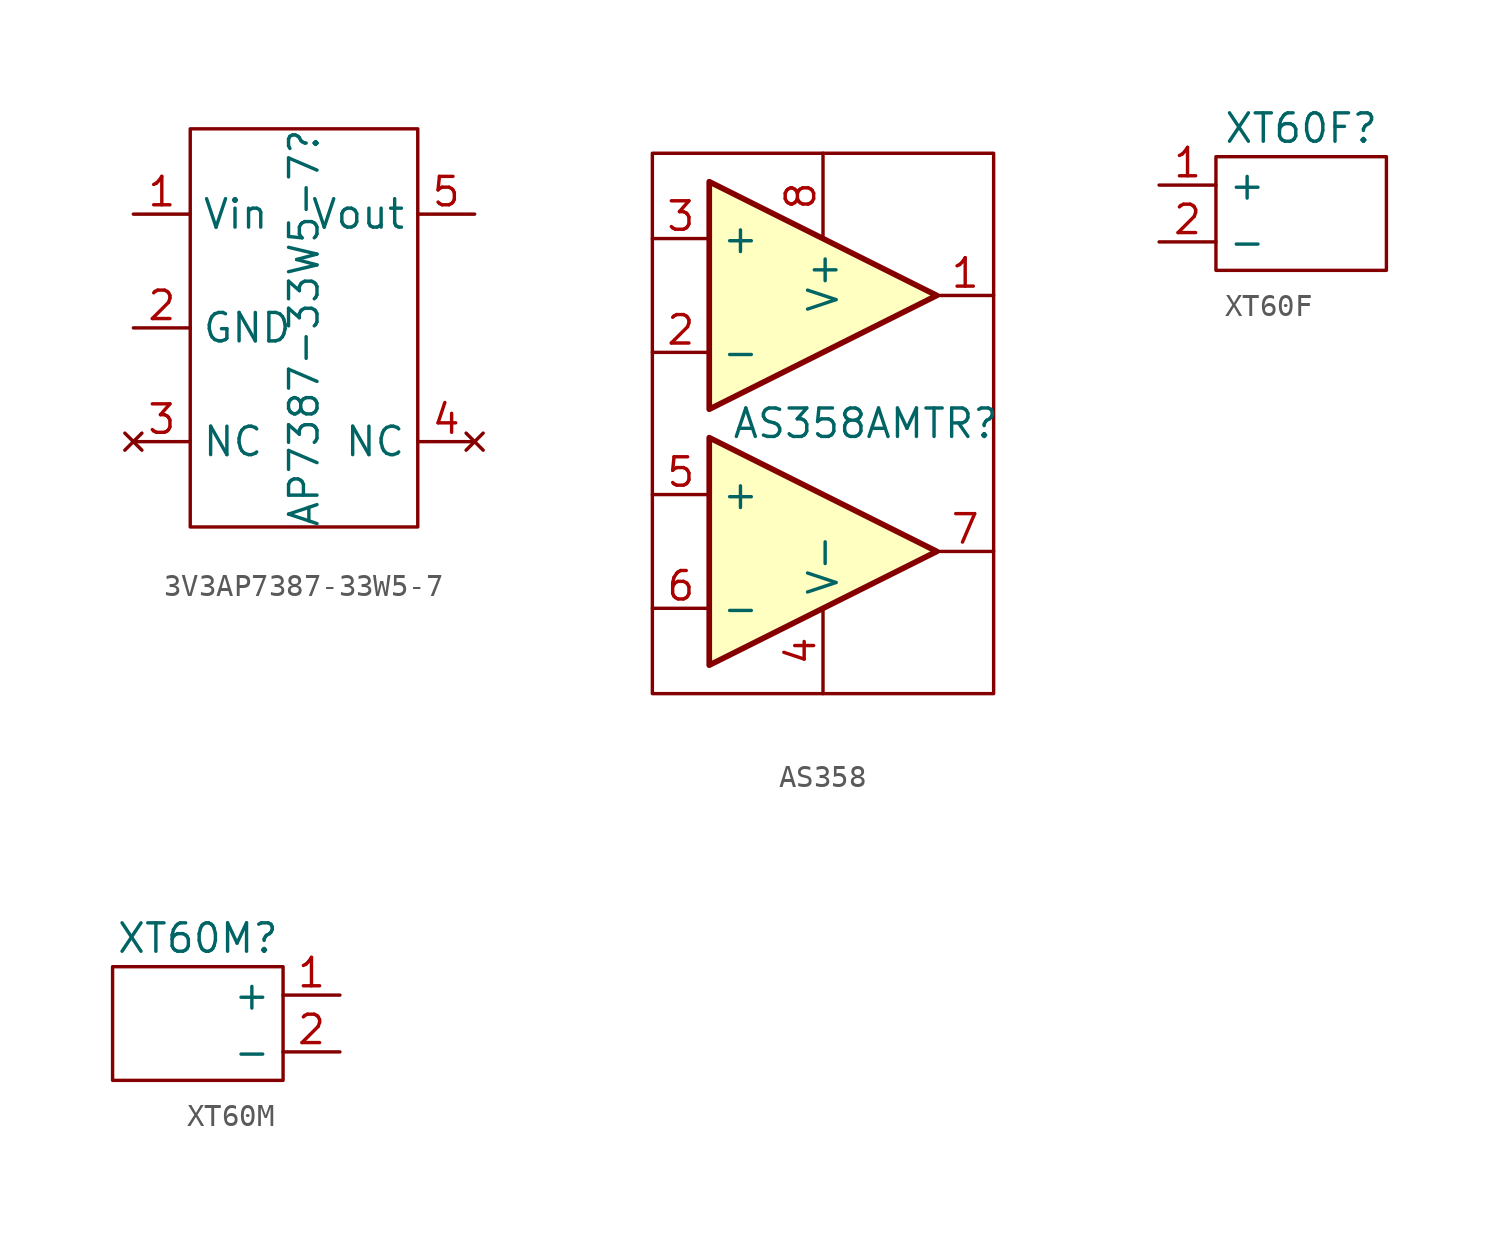
<source format=kicad_sym>
(kicad_symbol_lib
  (version 20220914)
  (generator kicad_symbol_editor)
  (symbol "3V3AP7387-33W5-7"
    (property "Reference" "AP7387-33W5-7"
      (at 0 0 90)
      (effects (font (size 1.27 1.27))))
    (property "Value" ""
      (at 0 0 0)
      (effects (font (size 1.27 1.27))))
    (symbol "3V3AP7387-33W5-7_0_1"
      (rectangle (start -5.08 8.89) (end 5.08 -8.89) (stroke (width 0) (type default)) (fill (type none))))
    (symbol "3V3AP7387-33W5-7_1_1"
      (pin power_in line (at -7.62 5.08 0) (length 2.54) (name "Vin" (effects (font (size 1.27 1.27)))) (number "1" (effects (font (size 1.27 1.27)))))
      (pin power_in line (at -7.62 0 0) (length 2.54) (name "GND" (effects (font (size 1.27 1.27)))) (number "2" (effects (font (size 1.27 1.27)))))
      (pin no_connect line (at -7.62 -5.08 0) (length 2.54) (name "NC" (effects (font (size 1.27 1.27)))) (number "3" (effects (font (size 1.27 1.27)))))
      (pin no_connect line (at 7.62 -5.08 180) (length 2.54) (name "NC" (effects (font (size 1.27 1.27)))) (number "4" (effects (font (size 1.27 1.27)))))
      (pin power_out line (at 7.62 5.08 180) (length 2.54) (name "Vout" (effects (font (size 1.27 1.27)))) (number "5" (effects (font (size 1.27 1.27)))))))
  (symbol "AS358"
    (property "Reference" "AS358AMTR"
      (at 3.175 -5.715 0)
      (effects (font (size 1.27 1.27))))
    (property "Value" ""
      (at 0 0 0)
      (effects (font (size 1.27 1.27))))
    (symbol "AS358_0_1"
      (rectangle (start -6.35 6.35) (end 8.89 -17.78) (stroke (width 0) (type default)) (fill (type none)))
      (polyline (pts (xy 6.35 -11.43) (xy -3.81 -6.35) (xy -3.81 -16.51) (xy 6.35 -11.43)) (stroke (width 0.254) (type default)) (fill (type background)))
      (polyline (pts (xy 6.35 0) (xy -3.81 5.08) (xy -3.81 -5.08) (xy 6.35 0)) (stroke (width 0.254) (type default)) (fill (type background))))
    (symbol "AS358_1_1"
      (pin output line (at 8.89 0 180) (length 2.54) (name "~" (effects (font (size 1.27 1.27)))) (number "1" (effects (font (size 1.27 1.27)))))
      (pin input line (at -6.35 -2.54 0) (length 2.54) (name "-" (effects (font (size 1.27 1.27)))) (number "2" (effects (font (size 1.27 1.27)))))
      (pin input line (at -6.35 2.54 0) (length 2.54) (name "+" (effects (font (size 1.27 1.27)))) (number "3" (effects (font (size 1.27 1.27)))))
      (pin power_in line (at 1.27 -17.78 90) (length 3.81) (name "V-" (effects (font (size 1.27 1.27)))) (number "4" (effects (font (size 1.27 1.27)))))
      (pin input line (at -6.35 -8.89 0) (length 2.54) (name "+" (effects (font (size 1.27 1.27)))) (number "5" (effects (font (size 1.27 1.27)))))
      (pin input line (at -6.35 -13.97 0) (length 2.54) (name "-" (effects (font (size 1.27 1.27)))) (number "6" (effects (font (size 1.27 1.27)))))
      (pin output line (at 8.89 -11.43 180) (length 2.54) (name "~" (effects (font (size 1.27 1.27)))) (number "7" (effects (font (size 1.27 1.27)))))
      (pin power_in line (at 1.27 6.35 270) (length 3.81) (name "V+" (effects (font (size 1.27 1.27)))) (number "8" (effects (font (size 1.27 1.27)))))))
  (symbol "XT60F"
    (property "Reference" "XT60F"
      (at 0 3.81 0)
      (effects (font (size 1.27 1.27))))
    (property "Value" ""
      (at 0 0 0)
      (effects (font (size 1.27 1.27))))
    (symbol "XT60F_0_1"
      (rectangle (start -3.81 2.54) (end 3.81 -2.54) (stroke (width 0) (type default)) (fill (type none))))
    (symbol "XT60F_1_1"
      (pin power_in line (at -6.35 1.27 0) (length 2.54) (name "+" (effects (font (size 1.27 1.27)))) (number "1" (effects (font (size 1.27 1.27)))))
      (pin power_in line (at -6.35 -1.27 0) (length 2.54) (name "-" (effects (font (size 1.27 1.27)))) (number "2" (effects (font (size 1.27 1.27)))))))
  (symbol "XT60M"
    (property "Reference" "XT60M"
      (at 0 3.81 0)
      (effects (font (size 1.27 1.27))))
    (symbol "XT60M_0_1"
      (rectangle (start -3.81 2.54) (end 3.81 -2.54) (stroke (width 0) (type default)) (fill (type none))))
    (symbol "XT60M_1_1"
      (pin power_out line (at 6.35 1.27 180) (length 2.54) (name "+" (effects (font (size 1.27 1.27)))) (number "1" (effects (font (size 1.27 1.27)))))
      (pin power_out line (at 6.35 -1.27 180) (length 2.54) (name "-" (effects (font (size 1.27 1.27)))) (number "2" (effects (font (size 1.27 1.27))))))))
</source>
